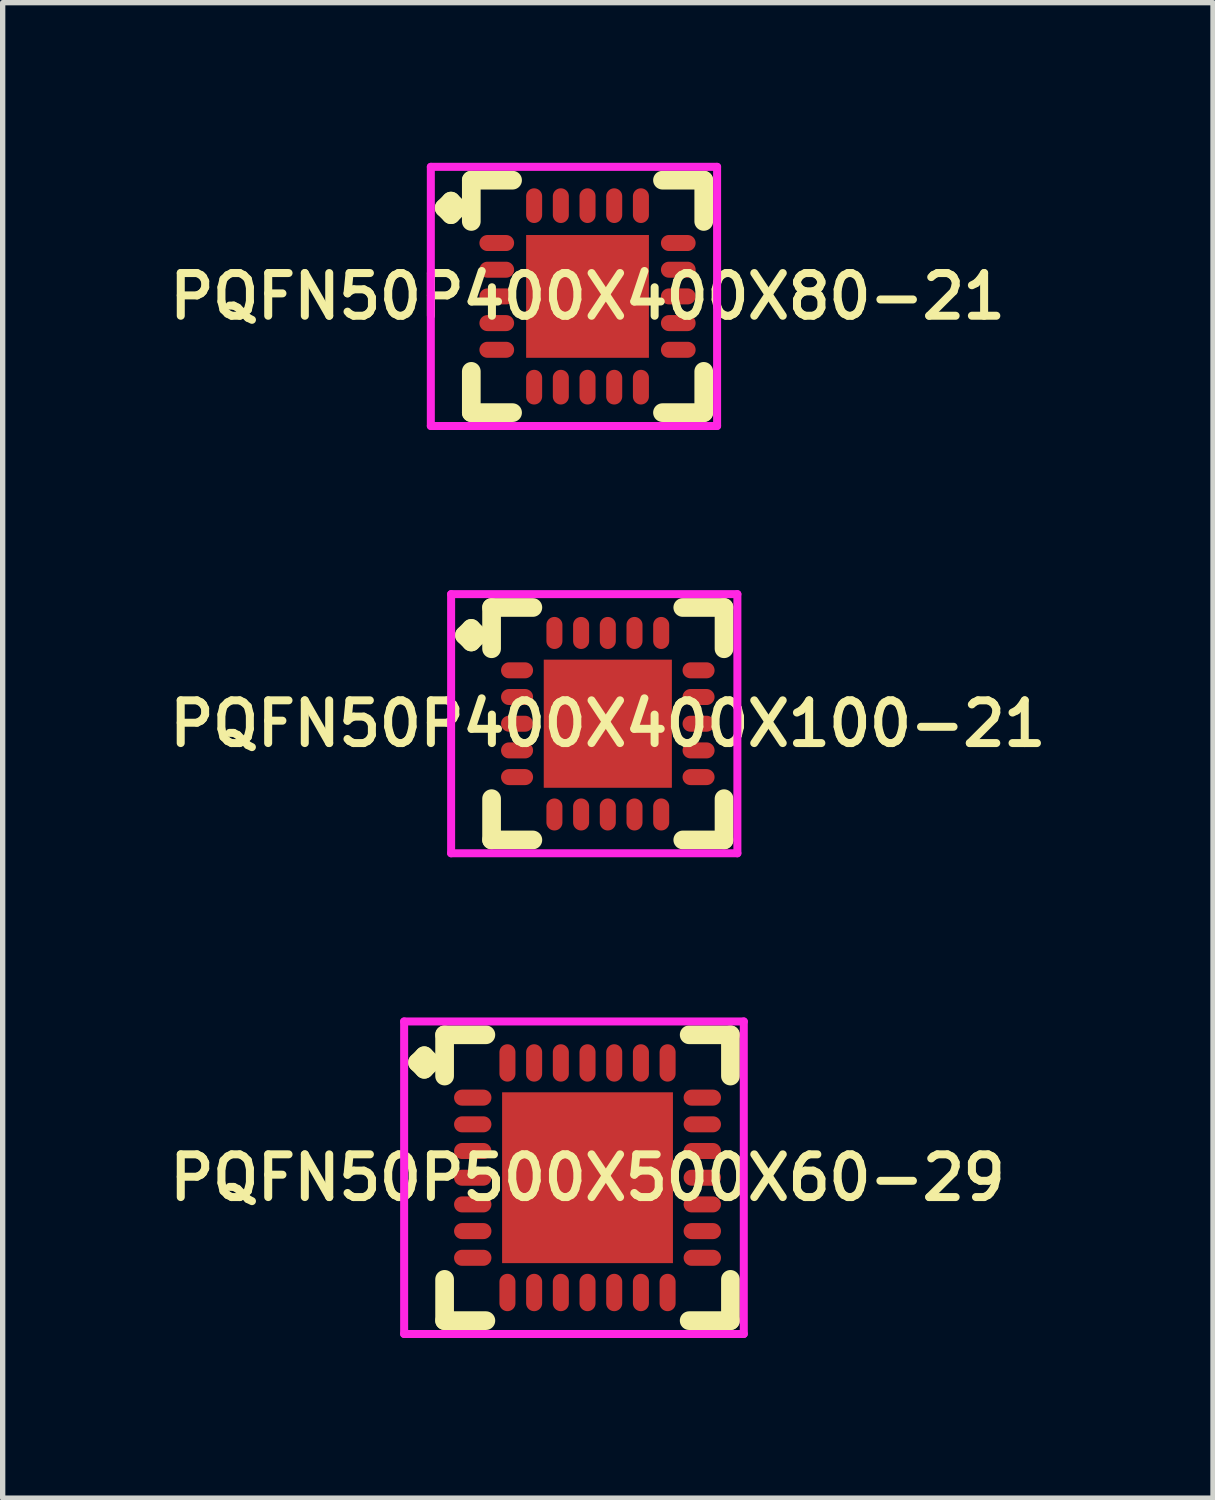
<source format=kicad_pcb>
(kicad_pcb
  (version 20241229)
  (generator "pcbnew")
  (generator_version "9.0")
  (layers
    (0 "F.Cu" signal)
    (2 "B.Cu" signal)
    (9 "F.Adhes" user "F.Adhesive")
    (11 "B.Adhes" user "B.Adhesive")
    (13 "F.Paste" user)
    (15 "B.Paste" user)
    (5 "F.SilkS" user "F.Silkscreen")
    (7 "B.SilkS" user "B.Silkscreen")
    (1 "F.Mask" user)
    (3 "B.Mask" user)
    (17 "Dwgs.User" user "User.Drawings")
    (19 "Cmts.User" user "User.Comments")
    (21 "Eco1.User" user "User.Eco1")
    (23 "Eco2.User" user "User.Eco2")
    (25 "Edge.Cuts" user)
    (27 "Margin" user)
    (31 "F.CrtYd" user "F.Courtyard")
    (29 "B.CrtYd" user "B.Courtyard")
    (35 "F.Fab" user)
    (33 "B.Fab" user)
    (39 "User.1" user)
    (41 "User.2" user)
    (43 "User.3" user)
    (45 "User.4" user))
  (footprint "PQFN50P500X500X60-29"
    (layer "F.Cu")
    (at 7.955 19.01)
    (property "Reference" "PQFN50P500X500X60-29" (at 0 0 0) (layer "F.SilkS") (effects (font (size 0.8 0.8) (thickness 0.15))))
    (attr through_hole)
    (fp_line (start -3.185 -2.158) (end -3.058 -2.285) (stroke (width 0.35) (type solid)) (layer "F.SilkS"))
    (fp_line (start -3.058 -2.285) (end -2.931 -2.158) (stroke (width 0.35) (type solid)) (layer "F.SilkS"))
    (fp_line (start -3.058 -2.031) (end -3.185 -2.158) (stroke (width 0.35) (type solid)) (layer "F.SilkS"))
    (fp_line (start -2.931 -2.158) (end -3.058 -2.031) (stroke (width 0.35) (type solid)) (layer "F.SilkS"))
    (fp_line (start -2.677 -2.677) (end -1.904 -2.677) (stroke (width 0.35) (type solid)) (layer "F.SilkS"))
    (fp_line (start -2.677 -1.904) (end -2.677 -2.677) (stroke (width 0.35) (type solid)) (layer "F.SilkS"))
    (fp_line (start -2.677 1.904) (end -2.677 2.677) (stroke (width 0.35) (type solid)) (layer "F.SilkS"))
    (fp_line (start -2.677 2.677) (end -1.904 2.677) (stroke (width 0.35) (type solid)) (layer "F.SilkS"))
    (fp_line (start 1.904 -2.677) (end 2.677 -2.677) (stroke (width 0.35) (type solid)) (layer "F.SilkS"))
    (fp_line (start 1.904 2.677) (end 2.677 2.677) (stroke (width 0.35) (type solid)) (layer "F.SilkS"))
    (fp_line (start 2.677 -2.677) (end 2.677 -1.904) (stroke (width 0.35) (type solid)) (layer "F.SilkS"))
    (fp_line (start 2.677 2.677) (end 2.677 1.904) (stroke (width 0.35) (type solid)) (layer "F.SilkS"))
    (fp_line (start -3.435 -2.927) (end 2.927 -2.927) (stroke (width 0.15) (type solid)) (layer "F.CrtYd"))
    (fp_line (start -3.435 2.927) (end -3.435 -2.927) (stroke (width 0.15) (type solid)) (layer "F.CrtYd"))
    (fp_line (start 2.927 -2.927) (end 2.927 2.927) (stroke (width 0.15) (type solid)) (layer "F.CrtYd"))
    (fp_line (start 2.927 2.927) (end -3.435 2.927) (stroke (width 0.15) (type solid)) (layer "F.CrtYd"))
    (pad "1" smd oval (at -2.15 -1.5) (size 0.7 0.3) (layers "F.Cu" "F.Mask" "F.Paste"))
    (pad "2" smd oval (at -2.15 -1) (size 0.7 0.3) (layers "F.Cu" "F.Mask" "F.Paste"))
    (pad "3" smd oval (at -2.15 -0.5) (size 0.7 0.3) (layers "F.Cu" "F.Mask" "F.Paste"))
    (pad "4" smd oval (at -2.15 0) (size 0.7 0.3) (layers "F.Cu" "F.Mask" "F.Paste"))
    (pad "5" smd oval (at -2.15 0.5) (size 0.7 0.3) (layers "F.Cu" "F.Mask" "F.Paste"))
    (pad "6" smd oval (at -2.15 1) (size 0.7 0.3) (layers "F.Cu" "F.Mask" "F.Paste"))
    (pad "7" smd oval (at -2.15 1.5) (size 0.7 0.3) (layers "F.Cu" "F.Mask" "F.Paste"))
    (pad "8" smd oval (at -1.5 2.15) (size 0.3 0.7) (layers "F.Cu" "F.Mask" "F.Paste"))
    (pad "9" smd oval (at -1 2.15) (size 0.3 0.7) (layers "F.Cu" "F.Mask" "F.Paste"))
    (pad "10" smd oval (at -0.5 2.15) (size 0.3 0.7) (layers "F.Cu" "F.Mask" "F.Paste"))
    (pad "11" smd oval (at 0 2.15) (size 0.3 0.7) (layers "F.Cu" "F.Mask" "F.Paste"))
    (pad "12" smd oval (at 0.5 2.15) (size 0.3 0.7) (layers "F.Cu" "F.Mask" "F.Paste"))
    (pad "13" smd oval (at 1 2.15) (size 0.3 0.7) (layers "F.Cu" "F.Mask" "F.Paste"))
    (pad "14" smd oval (at 1.5 2.15) (size 0.3 0.7) (layers "F.Cu" "F.Mask" "F.Paste"))
    (pad "15" smd oval (at 2.15 1.5) (size 0.7 0.3) (layers "F.Cu" "F.Mask" "F.Paste"))
    (pad "16" smd oval (at 2.15 1) (size 0.7 0.3) (layers "F.Cu" "F.Mask" "F.Paste"))
    (pad "17" smd oval (at 2.15 0.5) (size 0.7 0.3) (layers "F.Cu" "F.Mask" "F.Paste"))
    (pad "18" smd oval (at 2.15 0) (size 0.7 0.3) (layers "F.Cu" "F.Mask" "F.Paste"))
    (pad "19" smd oval (at 2.15 -0.5) (size 0.7 0.3) (layers "F.Cu" "F.Mask" "F.Paste"))
    (pad "20" smd oval (at 2.15 -1) (size 0.7 0.3) (layers "F.Cu" "F.Mask" "F.Paste"))
    (pad "21" smd oval (at 2.15 -1.5) (size 0.7 0.3) (layers "F.Cu" "F.Mask" "F.Paste"))
    (pad "22" smd oval (at 1.5 -2.15) (size 0.3 0.7) (layers "F.Cu" "F.Mask" "F.Paste"))
    (pad "23" smd oval (at 1 -2.15) (size 0.3 0.7) (layers "F.Cu" "F.Mask" "F.Paste"))
    (pad "24" smd oval (at 0.5 -2.15) (size 0.3 0.7) (layers "F.Cu" "F.Mask" "F.Paste"))
    (pad "25" smd oval (at 0 -2.15) (size 0.3 0.7) (layers "F.Cu" "F.Mask" "F.Paste"))
    (pad "26" smd oval (at -0.5 -2.15) (size 0.3 0.7) (layers "F.Cu" "F.Mask" "F.Paste"))
    (pad "27" smd oval (at -1 -2.15) (size 0.3 0.7) (layers "F.Cu" "F.Mask" "F.Paste"))
    (pad "28" smd oval (at -1.5 -2.15) (size 0.3 0.7) (layers "F.Cu" "F.Mask" "F.Paste"))
    (pad "29" smd rect (at 0 0) (size 3.2 3.2) (layers "F.Cu" "F.Mask" "F.Paste")))
  (footprint "PQFN50P400X400X100-21"
    (layer "F.Cu")
    (at 8.335 10.506)
    (property "Reference" "PQFN50P400X400X100-21" (at 0 0 0) (layer "F.SilkS") (effects (font (size 0.8 0.8) (thickness 0.15))))
    (attr through_hole)
    (fp_line (start -2.685 -1.658) (end -2.558 -1.785) (stroke (width 0.35) (type solid)) (layer "F.SilkS"))
    (fp_line (start -2.558 -1.785) (end -2.431 -1.658) (stroke (width 0.35) (type solid)) (layer "F.SilkS"))
    (fp_line (start -2.558 -1.531) (end -2.685 -1.658) (stroke (width 0.35) (type solid)) (layer "F.SilkS"))
    (fp_line (start -2.431 -1.658) (end -2.558 -1.531) (stroke (width 0.35) (type solid)) (layer "F.SilkS"))
    (fp_line (start -2.177 -2.177) (end -1.404 -2.177) (stroke (width 0.35) (type solid)) (layer "F.SilkS"))
    (fp_line (start -2.177 -1.404) (end -2.177 -2.177) (stroke (width 0.35) (type solid)) (layer "F.SilkS"))
    (fp_line (start -2.177 1.404) (end -2.177 2.177) (stroke (width 0.35) (type solid)) (layer "F.SilkS"))
    (fp_line (start -2.177 2.177) (end -1.404 2.177) (stroke (width 0.35) (type solid)) (layer "F.SilkS"))
    (fp_line (start 1.404 -2.177) (end 2.177 -2.177) (stroke (width 0.35) (type solid)) (layer "F.SilkS"))
    (fp_line (start 1.404 2.177) (end 2.177 2.177) (stroke (width 0.35) (type solid)) (layer "F.SilkS"))
    (fp_line (start 2.177 -2.177) (end 2.177 -1.404) (stroke (width 0.35) (type solid)) (layer "F.SilkS"))
    (fp_line (start 2.177 2.177) (end 2.177 1.404) (stroke (width 0.35) (type solid)) (layer "F.SilkS"))
    (fp_line (start -2.935 -2.427) (end 2.427 -2.427) (stroke (width 0.15) (type solid)) (layer "F.CrtYd"))
    (fp_line (start -2.935 2.427) (end -2.935 -2.427) (stroke (width 0.15) (type solid)) (layer "F.CrtYd"))
    (fp_line (start 2.427 -2.427) (end 2.427 2.427) (stroke (width 0.15) (type solid)) (layer "F.CrtYd"))
    (fp_line (start 2.427 2.427) (end -2.935 2.427) (stroke (width 0.15) (type solid)) (layer "F.CrtYd"))
    (pad "1" smd oval (at -1.7 -1) (size 0.6 0.3) (layers "F.Cu" "F.Mask" "F.Paste"))
    (pad "2" smd oval (at -1.7 -0.5) (size 0.6 0.3) (layers "F.Cu" "F.Mask" "F.Paste"))
    (pad "3" smd oval (at -1.7 0) (size 0.6 0.3) (layers "F.Cu" "F.Mask" "F.Paste"))
    (pad "4" smd oval (at -1.7 0.5) (size 0.6 0.3) (layers "F.Cu" "F.Mask" "F.Paste"))
    (pad "5" smd oval (at -1.7 1) (size 0.6 0.3) (layers "F.Cu" "F.Mask" "F.Paste"))
    (pad "6" smd oval (at -1 1.7) (size 0.3 0.6) (layers "F.Cu" "F.Mask" "F.Paste"))
    (pad "7" smd oval (at -0.5 1.7) (size 0.3 0.6) (layers "F.Cu" "F.Mask" "F.Paste"))
    (pad "8" smd oval (at 0 1.7) (size 0.3 0.6) (layers "F.Cu" "F.Mask" "F.Paste"))
    (pad "9" smd oval (at 0.5 1.7) (size 0.3 0.6) (layers "F.Cu" "F.Mask" "F.Paste"))
    (pad "10" smd oval (at 1 1.7) (size 0.3 0.6) (layers "F.Cu" "F.Mask" "F.Paste"))
    (pad "11" smd oval (at 1.7 1) (size 0.6 0.3) (layers "F.Cu" "F.Mask" "F.Paste"))
    (pad "12" smd oval (at 1.7 0.5) (size 0.6 0.3) (layers "F.Cu" "F.Mask" "F.Paste"))
    (pad "13" smd oval (at 1.7 0) (size 0.6 0.3) (layers "F.Cu" "F.Mask" "F.Paste"))
    (pad "14" smd oval (at 1.7 -0.5) (size 0.6 0.3) (layers "F.Cu" "F.Mask" "F.Paste"))
    (pad "15" smd oval (at 1.7 -1) (size 0.6 0.3) (layers "F.Cu" "F.Mask" "F.Paste"))
    (pad "16" smd oval (at 1 -1.7) (size 0.3 0.6) (layers "F.Cu" "F.Mask" "F.Paste"))
    (pad "17" smd oval (at 0.5 -1.7) (size 0.3 0.6) (layers "F.Cu" "F.Mask" "F.Paste"))
    (pad "18" smd oval (at 0 -1.7) (size 0.3 0.6) (layers "F.Cu" "F.Mask" "F.Paste"))
    (pad "19" smd oval (at -0.5 -1.7) (size 0.3 0.6) (layers "F.Cu" "F.Mask" "F.Paste"))
    (pad "20" smd oval (at -1 -1.7) (size 0.3 0.6) (layers "F.Cu" "F.Mask" "F.Paste"))
    (pad "21" smd rect (at 0 0) (size 2.4 2.4) (layers "F.Cu" "F.Mask" "F.Paste")))
  (footprint "PQFN50P400X400X80-21"
    (layer "F.Cu")
    (at 7.955 2.502)
    (property "Reference" "PQFN50P400X400X80-21" (at 0 0 0) (layer "F.SilkS") (effects (font (size 0.8 0.8) (thickness 0.15))))
    (attr smd)
    (fp_line (start -2.685 -1.658) (end -2.558 -1.785) (stroke (width 0.35) (type solid)) (layer "F.SilkS"))
    (fp_line (start -2.558 -1.785) (end -2.431 -1.658) (stroke (width 0.35) (type solid)) (layer "F.SilkS"))
    (fp_line (start -2.558 -1.531) (end -2.685 -1.658) (stroke (width 0.35) (type solid)) (layer "F.SilkS"))
    (fp_line (start -2.431 -1.658) (end -2.558 -1.531) (stroke (width 0.35) (type solid)) (layer "F.SilkS"))
    (fp_line (start -2.177 -2.177) (end -1.404 -2.177) (stroke (width 0.35) (type solid)) (layer "F.SilkS"))
    (fp_line (start -2.177 -1.404) (end -2.177 -2.177) (stroke (width 0.35) (type solid)) (layer "F.SilkS"))
    (fp_line (start -2.177 1.404) (end -2.177 2.177) (stroke (width 0.35) (type solid)) (layer "F.SilkS"))
    (fp_line (start -2.177 2.177) (end -1.404 2.177) (stroke (width 0.35) (type solid)) (layer "F.SilkS"))
    (fp_line (start 1.404 -2.177) (end 2.177 -2.177) (stroke (width 0.35) (type solid)) (layer "F.SilkS"))
    (fp_line (start 1.404 2.177) (end 2.177 2.177) (stroke (width 0.35) (type solid)) (layer "F.SilkS"))
    (fp_line (start 2.177 -2.177) (end 2.177 -1.404) (stroke (width 0.35) (type solid)) (layer "F.SilkS"))
    (fp_line (start 2.177 2.177) (end 2.177 1.404) (stroke (width 0.35) (type solid)) (layer "F.SilkS"))
    (fp_line (start -2.935 -2.427) (end 2.427 -2.427) (stroke (width 0.15) (type solid)) (layer "F.CrtYd"))
    (fp_line (start -2.935 2.427) (end -2.935 -2.427) (stroke (width 0.15) (type solid)) (layer "F.CrtYd"))
    (fp_line (start 2.427 -2.427) (end 2.427 2.427) (stroke (width 0.15) (type solid)) (layer "F.CrtYd"))
    (fp_line (start 2.427 2.427) (end -2.935 2.427) (stroke (width 0.15) (type solid)) (layer "F.CrtYd"))
    (pad "1" smd oval (at -1.7 -1) (size 0.65 0.3) (layers "F.Cu" "F.Mask" "F.Paste"))
    (pad "2" smd oval (at -1.7 -0.5) (size 0.65 0.3) (layers "F.Cu" "F.Mask" "F.Paste"))
    (pad "3" smd oval (at -1.7 0) (size 0.65 0.3) (layers "F.Cu" "F.Mask" "F.Paste"))
    (pad "4" smd oval (at -1.7 0.5) (size 0.65 0.3) (layers "F.Cu" "F.Mask" "F.Paste"))
    (pad "5" smd oval (at -1.7 1) (size 0.65 0.3) (layers "F.Cu" "F.Mask" "F.Paste"))
    (pad "6" smd oval (at -1 1.7) (size 0.3 0.65) (layers "F.Cu" "F.Mask" "F.Paste"))
    (pad "7" smd oval (at -0.5 1.7) (size 0.3 0.65) (layers "F.Cu" "F.Mask" "F.Paste"))
    (pad "8" smd oval (at 0 1.7) (size 0.3 0.65) (layers "F.Cu" "F.Mask" "F.Paste"))
    (pad "9" smd oval (at 0.5 1.7) (size 0.3 0.65) (layers "F.Cu" "F.Mask" "F.Paste"))
    (pad "10" smd oval (at 1 1.7) (size 0.3 0.65) (layers "F.Cu" "F.Mask" "F.Paste"))
    (pad "11" smd oval (at 1.7 1) (size 0.65 0.3) (layers "F.Cu" "F.Mask" "F.Paste"))
    (pad "12" smd oval (at 1.7 0.5) (size 0.65 0.3) (layers "F.Cu" "F.Mask" "F.Paste"))
    (pad "13" smd oval (at 1.7 0) (size 0.65 0.3) (layers "F.Cu" "F.Mask" "F.Paste"))
    (pad "14" smd oval (at 1.7 -0.5) (size 0.65 0.3) (layers "F.Cu" "F.Mask" "F.Paste"))
    (pad "15" smd oval (at 1.7 -1) (size 0.65 0.3) (layers "F.Cu" "F.Mask" "F.Paste"))
    (pad "16" smd oval (at 1 -1.7) (size 0.3 0.65) (layers "F.Cu" "F.Mask" "F.Paste"))
    (pad "17" smd oval (at 0.5 -1.7) (size 0.3 0.65) (layers "F.Cu" "F.Mask" "F.Paste"))
    (pad "18" smd oval (at 0 -1.7) (size 0.3 0.65) (layers "F.Cu" "F.Mask" "F.Paste"))
    (pad "19" smd oval (at -0.5 -1.7) (size 0.3 0.65) (layers "F.Cu" "F.Mask" "F.Paste"))
    (pad "20" smd oval (at -1 -1.7) (size 0.3 0.65) (layers "F.Cu" "F.Mask" "F.Paste"))
    (pad "21" smd rect (at 0 0) (size 2.3 2.3) (layers "F.Cu" "F.Mask" "F.Paste")))
  (gr_rect
    (start -3 -3)
    (end 19.671 25.012)
    (stroke (width 0.1) (type default))
    (fill no)
    (layer "Edge.Cuts")))
</source>
